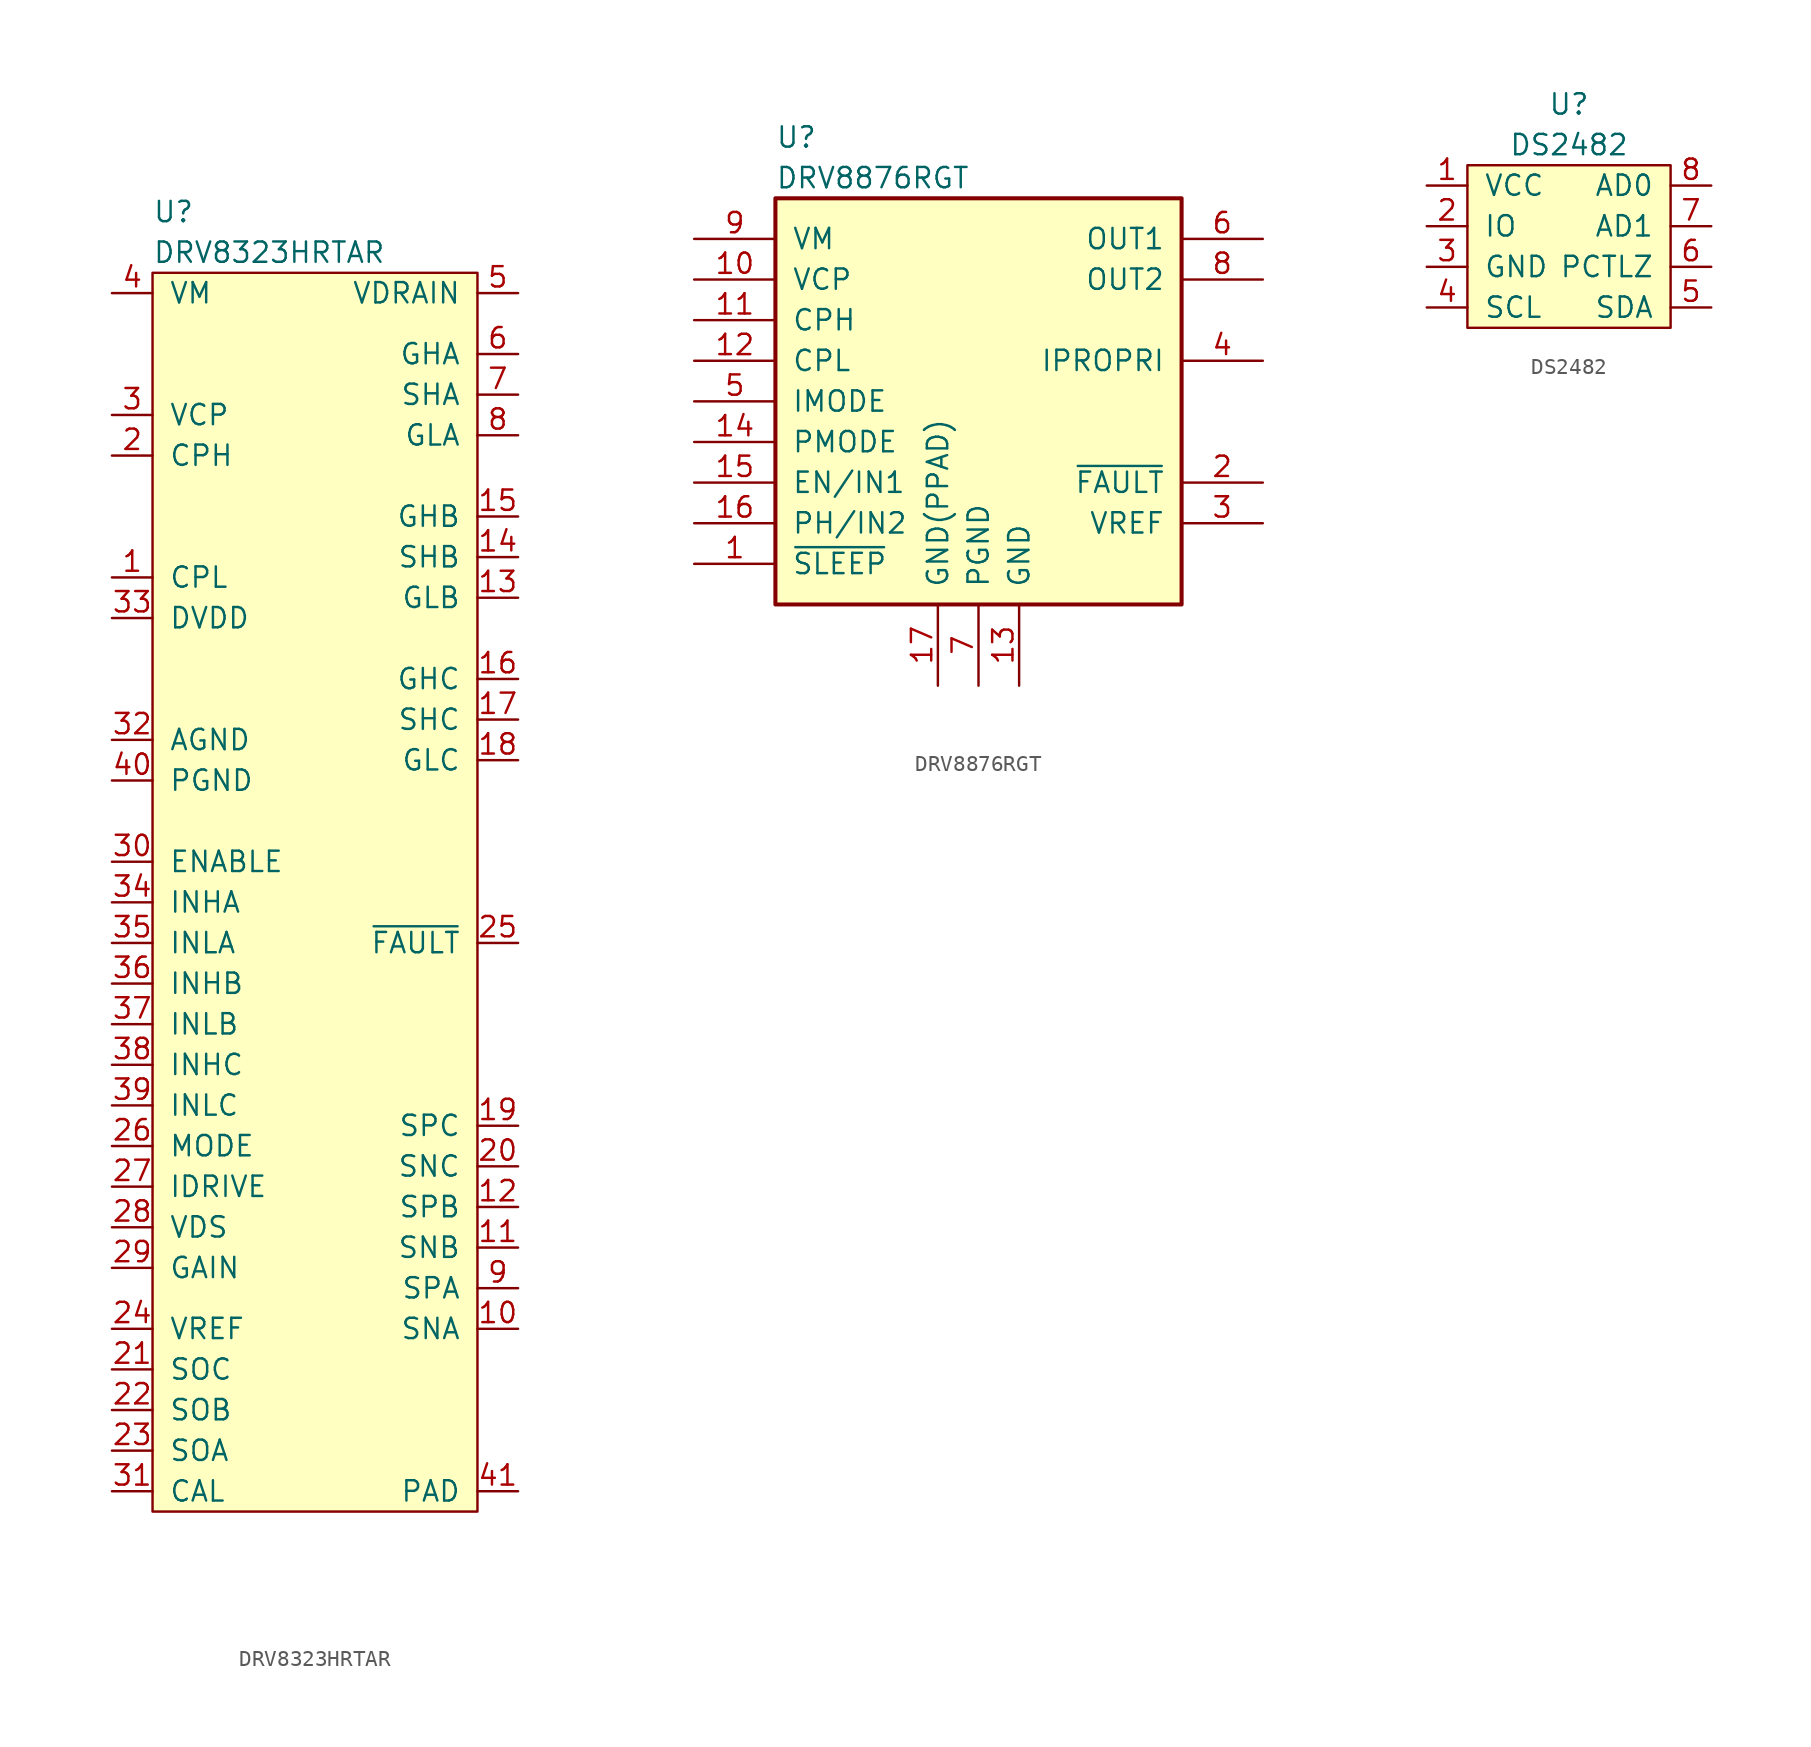
<source format=kicad_sym>
(kicad_symbol_lib
  (version 20241209)
  (generator "kicad_symbol_editor")
  (generator_version "9.0")
  (symbol "DRV8323HRTAR"
    (pin_names
      (offset 1.016))
    (property "Reference" "U"
      (at -10.16 44.45 0)
      (effects (font (size 1.27 1.27)) (justify left)))
    (property "Value" "DRV8323HRTAR"
      (at -10.16 41.91 0)
      (effects (font (size 1.27 1.27)) (justify left)))
    (symbol "DRV8323HRTAR_0_1"
      (rectangle (start -10.16 40.64) (end 10.16 -36.83) (stroke (width 0) (type default)) (fill (type background))))
    (symbol "DRV8323HRTAR_1_1"
      (pin power_in line (at -12.7 39.37 0) (length 2.54) (name "VM" (effects (font (size 1.27 1.27)))) (number "4" (effects (font (size 1.27 1.27)))))
      (pin passive line (at -12.7 31.75 0) (length 2.54) (name "VCP" (effects (font (size 1.27 1.27)))) (number "3" (effects (font (size 1.27 1.27)))))
      (pin passive line (at -12.7 29.21 0) (length 2.54) (name "CPH" (effects (font (size 1.27 1.27)))) (number "2" (effects (font (size 1.27 1.27)))))
      (pin passive line (at -12.7 21.59 0) (length 2.54) (name "CPL" (effects (font (size 1.27 1.27)))) (number "1" (effects (font (size 1.27 1.27)))))
      (pin power_out line (at -12.7 19.05 0) (length 2.54) (name "DVDD" (effects (font (size 1.27 1.27)))) (number "33" (effects (font (size 1.27 1.27)))))
      (pin power_in line (at -12.7 11.43 0) (length 2.54) (name "AGND" (effects (font (size 1.27 1.27)))) (number "32" (effects (font (size 1.27 1.27)))))
      (pin power_in line (at -12.7 8.89 0) (length 2.54) (name "PGND" (effects (font (size 1.27 1.27)))) (number "40" (effects (font (size 1.27 1.27)))))
      (pin input line (at -12.7 3.81 0) (length 2.54) (name "ENABLE" (effects (font (size 1.27 1.27)))) (number "30" (effects (font (size 1.27 1.27)))))
      (pin input line (at -12.7 1.27 0) (length 2.54) (name "INHA" (effects (font (size 1.27 1.27)))) (number "34" (effects (font (size 1.27 1.27)))))
      (pin input line (at -12.7 -1.27 0) (length 2.54) (name "INLA" (effects (font (size 1.27 1.27)))) (number "35" (effects (font (size 1.27 1.27)))))
      (pin input line (at -12.7 -3.81 0) (length 2.54) (name "INHB" (effects (font (size 1.27 1.27)))) (number "36" (effects (font (size 1.27 1.27)))))
      (pin input line (at -12.7 -6.35 0) (length 2.54) (name "INLB" (effects (font (size 1.27 1.27)))) (number "37" (effects (font (size 1.27 1.27)))))
      (pin input line (at -12.7 -8.89 0) (length 2.54) (name "INHC" (effects (font (size 1.27 1.27)))) (number "38" (effects (font (size 1.27 1.27)))))
      (pin input line (at -12.7 -11.43 0) (length 2.54) (name "INLC" (effects (font (size 1.27 1.27)))) (number "39" (effects (font (size 1.27 1.27)))))
      (pin input line (at -12.7 -13.97 0) (length 2.54) (name "MODE" (effects (font (size 1.27 1.27)))) (number "26" (effects (font (size 1.27 1.27)))))
      (pin input line (at -12.7 -16.51 0) (length 2.54) (name "IDRIVE" (effects (font (size 1.27 1.27)))) (number "27" (effects (font (size 1.27 1.27)))))
      (pin input line (at -12.7 -19.05 0) (length 2.54) (name "VDS" (effects (font (size 1.27 1.27)))) (number "28" (effects (font (size 1.27 1.27)))))
      (pin input line (at -12.7 -21.59 0) (length 2.54) (name "GAIN" (effects (font (size 1.27 1.27)))) (number "29" (effects (font (size 1.27 1.27)))))
      (pin power_in line (at -12.7 -25.4 0) (length 2.54) (name "VREF" (effects (font (size 1.27 1.27)))) (number "24" (effects (font (size 1.27 1.27)))))
      (pin power_out line (at -12.7 -27.94 0) (length 2.54) (name "SOC" (effects (font (size 1.27 1.27)))) (number "21" (effects (font (size 1.27 1.27)))))
      (pin power_out line (at -12.7 -30.48 0) (length 2.54) (name "SOB" (effects (font (size 1.27 1.27)))) (number "22" (effects (font (size 1.27 1.27)))))
      (pin power_out line (at -12.7 -33.02 0) (length 2.54) (name "SOA" (effects (font (size 1.27 1.27)))) (number "23" (effects (font (size 1.27 1.27)))))
      (pin input line (at -12.7 -35.56 0) (length 2.54) (name "CAL" (effects (font (size 1.27 1.27)))) (number "31" (effects (font (size 1.27 1.27)))))
      (pin power_in line (at 12.7 39.37 180) (length 2.54) (name "VDRAIN" (effects (font (size 1.27 1.27)))) (number "5" (effects (font (size 1.27 1.27)))))
      (pin output line (at 12.7 35.56 180) (length 2.54) (name "GHA" (effects (font (size 1.27 1.27)))) (number "6" (effects (font (size 1.27 1.27)))))
      (pin input line (at 12.7 33.02 180) (length 2.54) (name "SHA" (effects (font (size 1.27 1.27)))) (number "7" (effects (font (size 1.27 1.27)))))
      (pin output line (at 12.7 30.48 180) (length 2.54) (name "GLA" (effects (font (size 1.27 1.27)))) (number "8" (effects (font (size 1.27 1.27)))))
      (pin output line (at 12.7 25.4 180) (length 2.54) (name "GHB" (effects (font (size 1.27 1.27)))) (number "15" (effects (font (size 1.27 1.27)))))
      (pin input line (at 12.7 22.86 180) (length 2.54) (name "SHB" (effects (font (size 1.27 1.27)))) (number "14" (effects (font (size 1.27 1.27)))))
      (pin output line (at 12.7 20.32 180) (length 2.54) (name "GLB" (effects (font (size 1.27 1.27)))) (number "13" (effects (font (size 1.27 1.27)))))
      (pin output line (at 12.7 15.24 180) (length 2.54) (name "GHC" (effects (font (size 1.27 1.27)))) (number "16" (effects (font (size 1.27 1.27)))))
      (pin input line (at 12.7 12.7 180) (length 2.54) (name "SHC" (effects (font (size 1.27 1.27)))) (number "17" (effects (font (size 1.27 1.27)))))
      (pin output line (at 12.7 10.16 180) (length 2.54) (name "GLC" (effects (font (size 1.27 1.27)))) (number "18" (effects (font (size 1.27 1.27)))))
      (pin open_collector line (at 12.7 -1.27 180) (length 2.54) (name "~{FAULT}" (effects (font (size 1.27 1.27)))) (number "25" (effects (font (size 1.27 1.27)))))
      (pin input line (at 12.7 -12.7 180) (length 2.54) (name "SPC" (effects (font (size 1.27 1.27)))) (number "19" (effects (font (size 1.27 1.27)))))
      (pin input line (at 12.7 -15.24 180) (length 2.54) (name "SNC" (effects (font (size 1.27 1.27)))) (number "20" (effects (font (size 1.27 1.27)))))
      (pin input line (at 12.7 -17.78 180) (length 2.54) (name "SPB" (effects (font (size 1.27 1.27)))) (number "12" (effects (font (size 1.27 1.27)))))
      (pin input line (at 12.7 -20.32 180) (length 2.54) (name "SNB" (effects (font (size 1.27 1.27)))) (number "11" (effects (font (size 1.27 1.27)))))
      (pin input line (at 12.7 -22.86 180) (length 2.54) (name "SPA" (effects (font (size 1.27 1.27)))) (number "9" (effects (font (size 1.27 1.27)))))
      (pin input line (at 12.7 -25.4 180) (length 2.54) (name "SNA" (effects (font (size 1.27 1.27)))) (number "10" (effects (font (size 1.27 1.27)))))
      (pin power_in line (at 12.7 -35.56 180) (length 2.54) (name "PAD" (effects (font (size 1.27 1.27)))) (number "41" (effects (font (size 1.27 1.27)))))))
  (symbol "DRV8876RGT"
    (pin_names
      (offset 1.016))
    (property "Reference" "U"
      (at -12.7 16.51 0)
      (effects (font (size 1.27 1.27)) (justify left)))
    (property "Value" "DRV8876RGT"
      (at -12.7 13.97 0)
      (effects (font (size 1.27 1.27)) (justify left)))
    (symbol "DRV8876RGT_0_1"
      (rectangle (start -12.7 12.7) (end 12.7 -12.7) (stroke (width 0.254) (type default)) (fill (type background))))
    (symbol "DRV8876RGT_1_1"
      (pin power_in line (at -17.78 10.16 0) (length 5.08) (name "VM" (effects (font (size 1.27 1.27)))) (number "9" (effects (font (size 1.27 1.27)))))
      (pin power_out line (at -17.78 7.62 0) (length 5.08) (name "VCP" (effects (font (size 1.27 1.27)))) (number "10" (effects (font (size 1.27 1.27)))))
      (pin power_in line (at -17.78 5.08 0) (length 5.08) (name "CPH" (effects (font (size 1.27 1.27)))) (number "11" (effects (font (size 1.27 1.27)))))
      (pin power_in line (at -17.78 2.54 0) (length 5.08) (name "CPL" (effects (font (size 1.27 1.27)))) (number "12" (effects (font (size 1.27 1.27)))))
      (pin input line (at -17.78 0 0) (length 5.08) (name "IMODE" (effects (font (size 1.27 1.27)))) (number "5" (effects (font (size 1.27 1.27)))))
      (pin input line (at -17.78 -2.54 0) (length 5.08) (name "PMODE" (effects (font (size 1.27 1.27)))) (number "14" (effects (font (size 1.27 1.27)))))
      (pin input line (at -17.78 -5.08 0) (length 5.08) (name "EN/IN1" (effects (font (size 1.27 1.27)))) (number "15" (effects (font (size 1.27 1.27)))))
      (pin input line (at -17.78 -7.62 0) (length 5.08) (name "PH/IN2" (effects (font (size 1.27 1.27)))) (number "16" (effects (font (size 1.27 1.27)))))
      (pin input line (at -17.78 -10.16 0) (length 5.08) (name "~{SLEEP}" (effects (font (size 1.27 1.27)))) (number "1" (effects (font (size 1.27 1.27)))))
      (pin power_in line (at -2.54 -17.78 90) (length 5.08) (name "GND(PPAD)" (effects (font (size 1.27 1.27)))) (number "17" (effects (font (size 1.27 1.27)))))
      (pin power_in line (at 0 -17.78 90) (length 5.08) (name "PGND" (effects (font (size 1.27 1.27)))) (number "7" (effects (font (size 1.27 1.27)))))
      (pin power_in line (at 2.54 -17.78 90) (length 5.08) (name "GND" (effects (font (size 1.27 1.27)))) (number "13" (effects (font (size 1.27 1.27)))))
      (pin power_out line (at 17.78 10.16 180) (length 5.08) (name "OUT1" (effects (font (size 1.27 1.27)))) (number "6" (effects (font (size 1.27 1.27)))))
      (pin power_out line (at 17.78 7.62 180) (length 5.08) (name "OUT2" (effects (font (size 1.27 1.27)))) (number "8" (effects (font (size 1.27 1.27)))))
      (pin power_out line (at 17.78 2.54 180) (length 5.08) (name "IPROPRI" (effects (font (size 1.27 1.27)))) (number "4" (effects (font (size 1.27 1.27)))))
      (pin open_collector line (at 17.78 -5.08 180) (length 5.08) (name "~{FAULT}" (effects (font (size 1.27 1.27)))) (number "2" (effects (font (size 1.27 1.27)))))
      (pin power_in line (at 17.78 -7.62 180) (length 5.08) (name "VREF" (effects (font (size 1.27 1.27)))) (number "3" (effects (font (size 1.27 1.27)))))))
  (symbol "DS2482"
    (pin_names
      (offset 1.016))
    (property "Reference" "U"
      (at 0 8.89 0)
      (effects (font (size 1.27 1.27))))
    (property "Value" "DS2482"
      (at 0 6.35 0)
      (effects (font (size 1.27 1.27))))
    (symbol "DS2482_0_1"
      (rectangle (start -6.35 5.08) (end 6.35 -5.08) (stroke (width 0) (type default)) (fill (type background))))
    (symbol "DS2482_1_1"
      (pin power_in line (at -8.89 3.81 0) (length 2.54) (name "VCC" (effects (font (size 1.27 1.27)))) (number "1" (effects (font (size 1.27 1.27)))))
      (pin bidirectional line (at -8.89 1.27 0) (length 2.54) (name "IO" (effects (font (size 1.27 1.27)))) (number "2" (effects (font (size 1.27 1.27)))))
      (pin power_in line (at -8.89 -1.27 0) (length 2.54) (name "GND" (effects (font (size 1.27 1.27)))) (number "3" (effects (font (size 1.27 1.27)))))
      (pin bidirectional line (at -8.89 -3.81 0) (length 2.54) (name "SCL" (effects (font (size 1.27 1.27)))) (number "4" (effects (font (size 1.27 1.27)))))
      (pin input line (at 8.89 3.81 180) (length 2.54) (name "AD0" (effects (font (size 1.27 1.27)))) (number "8" (effects (font (size 1.27 1.27)))))
      (pin input line (at 8.89 1.27 180) (length 2.54) (name "AD1" (effects (font (size 1.27 1.27)))) (number "7" (effects (font (size 1.27 1.27)))))
      (pin bidirectional line (at 8.89 -1.27 180) (length 2.54) (name "PCTLZ" (effects (font (size 1.27 1.27)))) (number "6" (effects (font (size 1.27 1.27)))))
      (pin bidirectional line (at 8.89 -3.81 180) (length 2.54) (name "SDA" (effects (font (size 1.27 1.27)))) (number "5" (effects (font (size 1.27 1.27))))))))
</source>
